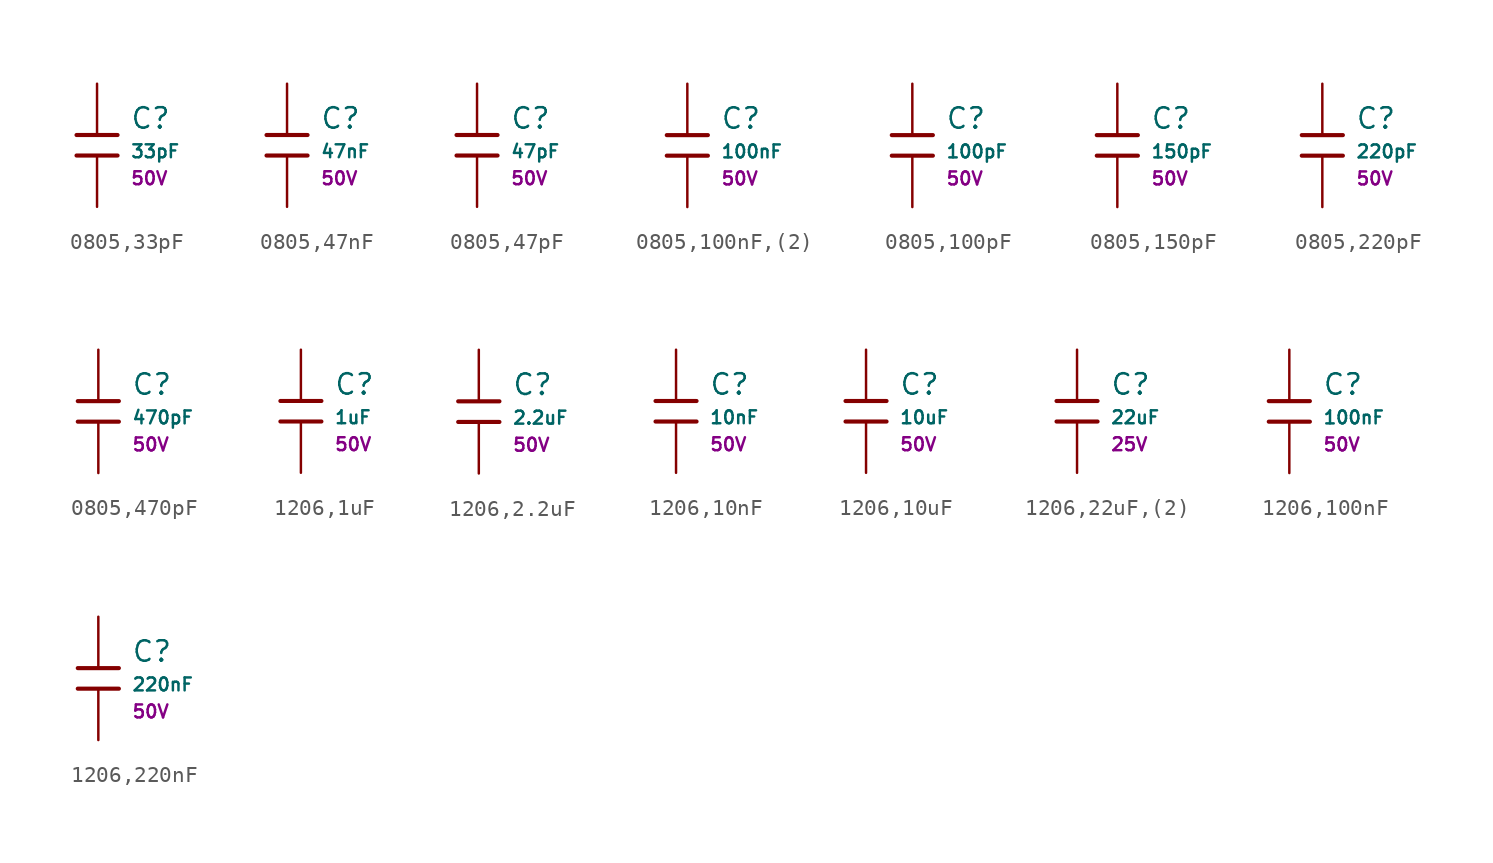
<source format=kicad_sym>
(kicad_symbol_lib
  (version 20241209)
  (generator "kicad_symbol_editor")
  (generator_version "9.0")
  (symbol "0805,33pF"
    (pin_numbers
      (hide yes))
    (pin_names
      (offset 0))
    (property "Reference" "C"
      (at 2.032 1.668 0)
      (effects (font (size 1.27 1.27)) (justify left)))
    (property "Value" "33pF"
      (at 2.032 -0.378 0)
      (effects (font (size 0.8 0.8)) (justify left)))
    (property "Voltage Rated" "50V"
      (at 2.032 -2.046 0)
      (effects (font (size 0.8 0.8)) (justify left)))
    (symbol "0805,33pF_0_1"
      (polyline (pts (xy -1.27 0.635) (xy 1.27 0.635)) (stroke (width 0.254) (type default)) (fill (type none)))
      (polyline (pts (xy -1.27 -0.635) (xy 1.27 -0.635)) (stroke (width 0.254) (type default)) (fill (type none))))
    (symbol "0805,33pF_1_1"
      (pin passive line (at 0 3.81 270) (length 3.175) (name "~" (effects (font (size 1.27 1.27)))) (number "1" (effects (font (size 1.27 1.27)))))
      (pin passive line (at 0 -3.81 90) (length 3.175) (name "~" (effects (font (size 1.27 1.27)))) (number "2" (effects (font (size 1.27 1.27)))))))
  (symbol "0805,47nF"
    (pin_numbers
      (hide yes))
    (pin_names
      (offset 0))
    (property "Reference" "C"
      (at 2.032 1.668 0)
      (effects (font (size 1.27 1.27)) (justify left)))
    (property "Value" "47nF"
      (at 2.032 -0.378 0)
      (effects (font (size 0.8 0.8)) (justify left)))
    (property "Voltage Rated" "50V"
      (at 2.032 -2.046 0)
      (effects (font (size 0.8 0.8)) (justify left)))
    (symbol "0805,47nF_0_1"
      (polyline (pts (xy -1.27 0.635) (xy 1.27 0.635)) (stroke (width 0.254) (type default)) (fill (type none)))
      (polyline (pts (xy -1.27 -0.635) (xy 1.27 -0.635)) (stroke (width 0.254) (type default)) (fill (type none))))
    (symbol "0805,47nF_1_1"
      (pin passive line (at 0 3.81 270) (length 3.175) (name "~" (effects (font (size 1.27 1.27)))) (number "1" (effects (font (size 1.27 1.27)))))
      (pin passive line (at 0 -3.81 90) (length 3.175) (name "~" (effects (font (size 1.27 1.27)))) (number "2" (effects (font (size 1.27 1.27)))))))
  (symbol "0805,47pF"
    (pin_numbers
      (hide yes))
    (pin_names
      (offset 0))
    (property "Reference" "C"
      (at 2.032 1.668 0)
      (effects (font (size 1.27 1.27)) (justify left)))
    (property "Value" "47pF"
      (at 2.032 -0.378 0)
      (effects (font (size 0.8 0.8)) (justify left)))
    (property "Voltage Rated" "50V"
      (at 2.032 -2.046 0)
      (effects (font (size 0.8 0.8)) (justify left)))
    (symbol "0805,47pF_0_1"
      (polyline (pts (xy -1.27 0.635) (xy 1.27 0.635)) (stroke (width 0.254) (type default)) (fill (type none)))
      (polyline (pts (xy -1.27 -0.635) (xy 1.27 -0.635)) (stroke (width 0.254) (type default)) (fill (type none))))
    (symbol "0805,47pF_1_1"
      (pin passive line (at 0 3.81 270) (length 3.175) (name "~" (effects (font (size 1.27 1.27)))) (number "1" (effects (font (size 1.27 1.27)))))
      (pin passive line (at 0 -3.81 90) (length 3.175) (name "~" (effects (font (size 1.27 1.27)))) (number "2" (effects (font (size 1.27 1.27)))))))
  (symbol "0805,100nF,(2)"
    (pin_numbers
      (hide yes))
    (pin_names
      (offset 0))
    (property "Reference" "C"
      (at 2.032 1.668 0)
      (effects (font (size 1.27 1.27)) (justify left)))
    (property "Value" "100nF"
      (at 2.032 -0.378 0)
      (effects (font (size 0.8 0.8)) (justify left)))
    (property "Voltage Rated" "50V"
      (at 2.032 -2.046 0)
      (effects (font (size 0.8 0.8)) (justify left)))
    (symbol "0805,100nF,(2)_0_1"
      (polyline (pts (xy -1.27 0.635) (xy 1.27 0.635)) (stroke (width 0.254) (type default)) (fill (type none)))
      (polyline (pts (xy -1.27 -0.635) (xy 1.27 -0.635)) (stroke (width 0.254) (type default)) (fill (type none))))
    (symbol "0805,100nF,(2)_1_1"
      (pin passive line (at 0 3.81 270) (length 3.175) (name "~" (effects (font (size 1.27 1.27)))) (number "1" (effects (font (size 1.27 1.27)))))
      (pin passive line (at 0 -3.81 90) (length 3.175) (name "~" (effects (font (size 1.27 1.27)))) (number "2" (effects (font (size 1.27 1.27)))))))
  (symbol "0805,100pF"
    (pin_numbers
      (hide yes))
    (pin_names
      (offset 0))
    (property "Reference" "C"
      (at 2.032 1.668 0)
      (effects (font (size 1.27 1.27)) (justify left)))
    (property "Value" "100pF"
      (at 2.032 -0.378 0)
      (effects (font (size 0.8 0.8)) (justify left)))
    (property "Voltage Rated" "50V"
      (at 2.032 -2.046 0)
      (effects (font (size 0.8 0.8)) (justify left)))
    (symbol "0805,100pF_0_1"
      (polyline (pts (xy -1.27 0.635) (xy 1.27 0.635)) (stroke (width 0.254) (type default)) (fill (type none)))
      (polyline (pts (xy -1.27 -0.635) (xy 1.27 -0.635)) (stroke (width 0.254) (type default)) (fill (type none))))
    (symbol "0805,100pF_1_1"
      (pin passive line (at 0 3.81 270) (length 3.175) (name "~" (effects (font (size 1.27 1.27)))) (number "1" (effects (font (size 1.27 1.27)))))
      (pin passive line (at 0 -3.81 90) (length 3.175) (name "~" (effects (font (size 1.27 1.27)))) (number "2" (effects (font (size 1.27 1.27)))))))
  (symbol "0805,150pF"
    (pin_numbers
      (hide yes))
    (pin_names
      (offset 0))
    (property "Reference" "C"
      (at 2.032 1.668 0)
      (effects (font (size 1.27 1.27)) (justify left)))
    (property "Value" "150pF"
      (at 2.032 -0.378 0)
      (effects (font (size 0.8 0.8)) (justify left)))
    (property "Voltage Rated" "50V"
      (at 2.032 -2.046 0)
      (effects (font (size 0.8 0.8)) (justify left)))
    (symbol "0805,150pF_0_1"
      (polyline (pts (xy -1.27 0.635) (xy 1.27 0.635)) (stroke (width 0.254) (type default)) (fill (type none)))
      (polyline (pts (xy -1.27 -0.635) (xy 1.27 -0.635)) (stroke (width 0.254) (type default)) (fill (type none))))
    (symbol "0805,150pF_1_1"
      (pin passive line (at 0 3.81 270) (length 3.175) (name "~" (effects (font (size 1.27 1.27)))) (number "1" (effects (font (size 1.27 1.27)))))
      (pin passive line (at 0 -3.81 90) (length 3.175) (name "~" (effects (font (size 1.27 1.27)))) (number "2" (effects (font (size 1.27 1.27)))))))
  (symbol "0805,220pF"
    (pin_numbers
      (hide yes))
    (pin_names
      (offset 0))
    (property "Reference" "C"
      (at 2.032 1.668 0)
      (effects (font (size 1.27 1.27)) (justify left)))
    (property "Value" "220pF"
      (at 2.032 -0.378 0)
      (effects (font (size 0.8 0.8)) (justify left)))
    (property "Voltage Rated" "50V"
      (at 2.032 -2.046 0)
      (effects (font (size 0.8 0.8)) (justify left)))
    (symbol "0805,220pF_0_1"
      (polyline (pts (xy -1.27 0.635) (xy 1.27 0.635)) (stroke (width 0.254) (type default)) (fill (type none)))
      (polyline (pts (xy -1.27 -0.635) (xy 1.27 -0.635)) (stroke (width 0.254) (type default)) (fill (type none))))
    (symbol "0805,220pF_1_1"
      (pin passive line (at 0 3.81 270) (length 3.175) (name "~" (effects (font (size 1.27 1.27)))) (number "1" (effects (font (size 1.27 1.27)))))
      (pin passive line (at 0 -3.81 90) (length 3.175) (name "~" (effects (font (size 1.27 1.27)))) (number "2" (effects (font (size 1.27 1.27)))))))
  (symbol "0805,470pF"
    (pin_numbers
      (hide yes))
    (pin_names
      (offset 0))
    (property "Reference" "C"
      (at 2.032 1.668 0)
      (effects (font (size 1.27 1.27)) (justify left)))
    (property "Value" "470pF"
      (at 2.032 -0.378 0)
      (effects (font (size 0.8 0.8)) (justify left)))
    (property "Voltage Rated" "50V"
      (at 2.032 -2.046 0)
      (effects (font (size 0.8 0.8)) (justify left)))
    (symbol "0805,470pF_0_1"
      (polyline (pts (xy -1.27 0.635) (xy 1.27 0.635)) (stroke (width 0.254) (type default)) (fill (type none)))
      (polyline (pts (xy -1.27 -0.635) (xy 1.27 -0.635)) (stroke (width 0.254) (type default)) (fill (type none))))
    (symbol "0805,470pF_1_1"
      (pin passive line (at 0 3.81 270) (length 3.175) (name "~" (effects (font (size 1.27 1.27)))) (number "1" (effects (font (size 1.27 1.27)))))
      (pin passive line (at 0 -3.81 90) (length 3.175) (name "~" (effects (font (size 1.27 1.27)))) (number "2" (effects (font (size 1.27 1.27)))))))
  (symbol "1206,1uF"
    (pin_numbers
      (hide yes))
    (pin_names
      (offset 0))
    (property "Reference" "C"
      (at 2.032 1.668 0)
      (effects (font (size 1.27 1.27)) (justify left)))
    (property "Value" "1uF"
      (at 2.032 -0.378 0)
      (effects (font (size 0.8 0.8)) (justify left)))
    (property "Voltage Rated" "50V"
      (at 2.032 -2.046 0)
      (effects (font (size 0.8 0.8)) (justify left)))
    (symbol "1206,1uF_0_1"
      (polyline (pts (xy -1.27 0.635) (xy 1.27 0.635)) (stroke (width 0.254) (type default)) (fill (type none)))
      (polyline (pts (xy -1.27 -0.635) (xy 1.27 -0.635)) (stroke (width 0.254) (type default)) (fill (type none))))
    (symbol "1206,1uF_1_1"
      (pin passive line (at 0 3.81 270) (length 3.175) (name "~" (effects (font (size 1.27 1.27)))) (number "1" (effects (font (size 1.27 1.27)))))
      (pin passive line (at 0 -3.81 90) (length 3.175) (name "~" (effects (font (size 1.27 1.27)))) (number "2" (effects (font (size 1.27 1.27)))))))
  (symbol "1206,2.2uF"
    (pin_numbers
      (hide yes))
    (pin_names
      (offset 0))
    (property "Reference" "C"
      (at 2.032 1.668 0)
      (effects (font (size 1.27 1.27)) (justify left)))
    (property "Value" "2.2uF"
      (at 2.032 -0.378 0)
      (effects (font (size 0.8 0.8)) (justify left)))
    (property "Voltage Rated" "50V"
      (at 2.032 -2.046 0)
      (effects (font (size 0.8 0.8)) (justify left)))
    (symbol "1206,2.2uF_0_1"
      (polyline (pts (xy -1.27 0.635) (xy 1.27 0.635)) (stroke (width 0.254) (type default)) (fill (type none)))
      (polyline (pts (xy -1.27 -0.635) (xy 1.27 -0.635)) (stroke (width 0.254) (type default)) (fill (type none))))
    (symbol "1206,2.2uF_1_1"
      (pin passive line (at 0 3.81 270) (length 3.175) (name "~" (effects (font (size 1.27 1.27)))) (number "1" (effects (font (size 1.27 1.27)))))
      (pin passive line (at 0 -3.81 90) (length 3.175) (name "~" (effects (font (size 1.27 1.27)))) (number "2" (effects (font (size 1.27 1.27)))))))
  (symbol "1206,10nF"
    (pin_numbers
      (hide yes))
    (pin_names
      (offset 0))
    (property "Reference" "C"
      (at 2.032 1.668 0)
      (effects (font (size 1.27 1.27)) (justify left)))
    (property "Value" "10nF"
      (at 2.032 -0.378 0)
      (effects (font (size 0.8 0.8)) (justify left)))
    (property "Voltage Rated" "50V"
      (at 2.032 -2.046 0)
      (effects (font (size 0.8 0.8)) (justify left)))
    (symbol "1206,10nF_0_1"
      (polyline (pts (xy -1.27 0.635) (xy 1.27 0.635)) (stroke (width 0.254) (type default)) (fill (type none)))
      (polyline (pts (xy -1.27 -0.635) (xy 1.27 -0.635)) (stroke (width 0.254) (type default)) (fill (type none))))
    (symbol "1206,10nF_1_1"
      (pin passive line (at 0 3.81 270) (length 3.175) (name "~" (effects (font (size 1.27 1.27)))) (number "1" (effects (font (size 1.27 1.27)))))
      (pin passive line (at 0 -3.81 90) (length 3.175) (name "~" (effects (font (size 1.27 1.27)))) (number "2" (effects (font (size 1.27 1.27)))))))
  (symbol "1206,10uF"
    (pin_numbers
      (hide yes))
    (pin_names
      (offset 0))
    (property "Reference" "C"
      (at 2.032 1.668 0)
      (effects (font (size 1.27 1.27)) (justify left)))
    (property "Value" "10uF"
      (at 2.032 -0.378 0)
      (effects (font (size 0.8 0.8)) (justify left)))
    (property "Voltage Rated" "50V"
      (at 2.032 -2.046 0)
      (effects (font (size 0.8 0.8)) (justify left)))
    (symbol "1206,10uF_0_1"
      (polyline (pts (xy -1.27 0.635) (xy 1.27 0.635)) (stroke (width 0.254) (type default)) (fill (type none)))
      (polyline (pts (xy -1.27 -0.635) (xy 1.27 -0.635)) (stroke (width 0.254) (type default)) (fill (type none))))
    (symbol "1206,10uF_1_1"
      (pin passive line (at 0 3.81 270) (length 3.175) (name "~" (effects (font (size 1.27 1.27)))) (number "1" (effects (font (size 1.27 1.27)))))
      (pin passive line (at 0 -3.81 90) (length 3.175) (name "~" (effects (font (size 1.27 1.27)))) (number "2" (effects (font (size 1.27 1.27)))))))
  (symbol "1206,22uF,(2)"
    (pin_numbers
      (hide yes))
    (pin_names
      (offset 0))
    (property "Reference" "C"
      (at 2.032 1.668 0)
      (effects (font (size 1.27 1.27)) (justify left)))
    (property "Value" "22uF"
      (at 2.032 -0.378 0)
      (effects (font (size 0.8 0.8)) (justify left)))
    (property "Voltage Rated" "25V"
      (at 2.032 -2.046 0)
      (effects (font (size 0.8 0.8)) (justify left)))
    (symbol "1206,22uF,(2)_0_1"
      (polyline (pts (xy -1.27 0.635) (xy 1.27 0.635)) (stroke (width 0.254) (type default)) (fill (type none)))
      (polyline (pts (xy -1.27 -0.635) (xy 1.27 -0.635)) (stroke (width 0.254) (type default)) (fill (type none))))
    (symbol "1206,22uF,(2)_1_1"
      (pin passive line (at 0 3.81 270) (length 3.175) (name "~" (effects (font (size 1.27 1.27)))) (number "1" (effects (font (size 1.27 1.27)))))
      (pin passive line (at 0 -3.81 90) (length 3.175) (name "~" (effects (font (size 1.27 1.27)))) (number "2" (effects (font (size 1.27 1.27)))))))
  (symbol "1206,100nF"
    (pin_numbers
      (hide yes))
    (pin_names
      (offset 0))
    (property "Reference" "C"
      (at 2.032 1.668 0)
      (effects (font (size 1.27 1.27)) (justify left)))
    (property "Value" "100nF"
      (at 2.032 -0.378 0)
      (effects (font (size 0.8 0.8)) (justify left)))
    (property "Voltage Rated" "50V"
      (at 2.032 -2.046 0)
      (effects (font (size 0.8 0.8)) (justify left)))
    (symbol "1206,100nF_0_1"
      (polyline (pts (xy -1.27 0.635) (xy 1.27 0.635)) (stroke (width 0.254) (type default)) (fill (type none)))
      (polyline (pts (xy -1.27 -0.635) (xy 1.27 -0.635)) (stroke (width 0.254) (type default)) (fill (type none))))
    (symbol "1206,100nF_1_1"
      (pin passive line (at 0 3.81 270) (length 3.175) (name "~" (effects (font (size 1.27 1.27)))) (number "1" (effects (font (size 1.27 1.27)))))
      (pin passive line (at 0 -3.81 90) (length 3.175) (name "~" (effects (font (size 1.27 1.27)))) (number "2" (effects (font (size 1.27 1.27)))))))
  (symbol "1206,220nF"
    (pin_numbers
      (hide yes))
    (pin_names
      (offset 0))
    (property "Reference" "C"
      (at 2.032 1.668 0)
      (effects (font (size 1.27 1.27)) (justify left)))
    (property "Value" "220nF"
      (at 2.032 -0.378 0)
      (effects (font (size 0.8 0.8)) (justify left)))
    (property "Voltage Rated" "50V"
      (at 2.032 -2.046 0)
      (effects (font (size 0.8 0.8)) (justify left)))
    (symbol "1206,220nF_0_1"
      (polyline (pts (xy -1.27 0.635) (xy 1.27 0.635)) (stroke (width 0.254) (type default)) (fill (type none)))
      (polyline (pts (xy -1.27 -0.635) (xy 1.27 -0.635)) (stroke (width 0.254) (type default)) (fill (type none))))
    (symbol "1206,220nF_1_1"
      (pin passive line (at 0 3.81 270) (length 3.175) (name "~" (effects (font (size 1.27 1.27)))) (number "1" (effects (font (size 1.27 1.27)))))
      (pin passive line (at 0 -3.81 90) (length 3.175) (name "~" (effects (font (size 1.27 1.27)))) (number "2" (effects (font (size 1.27 1.27))))))))
</source>
